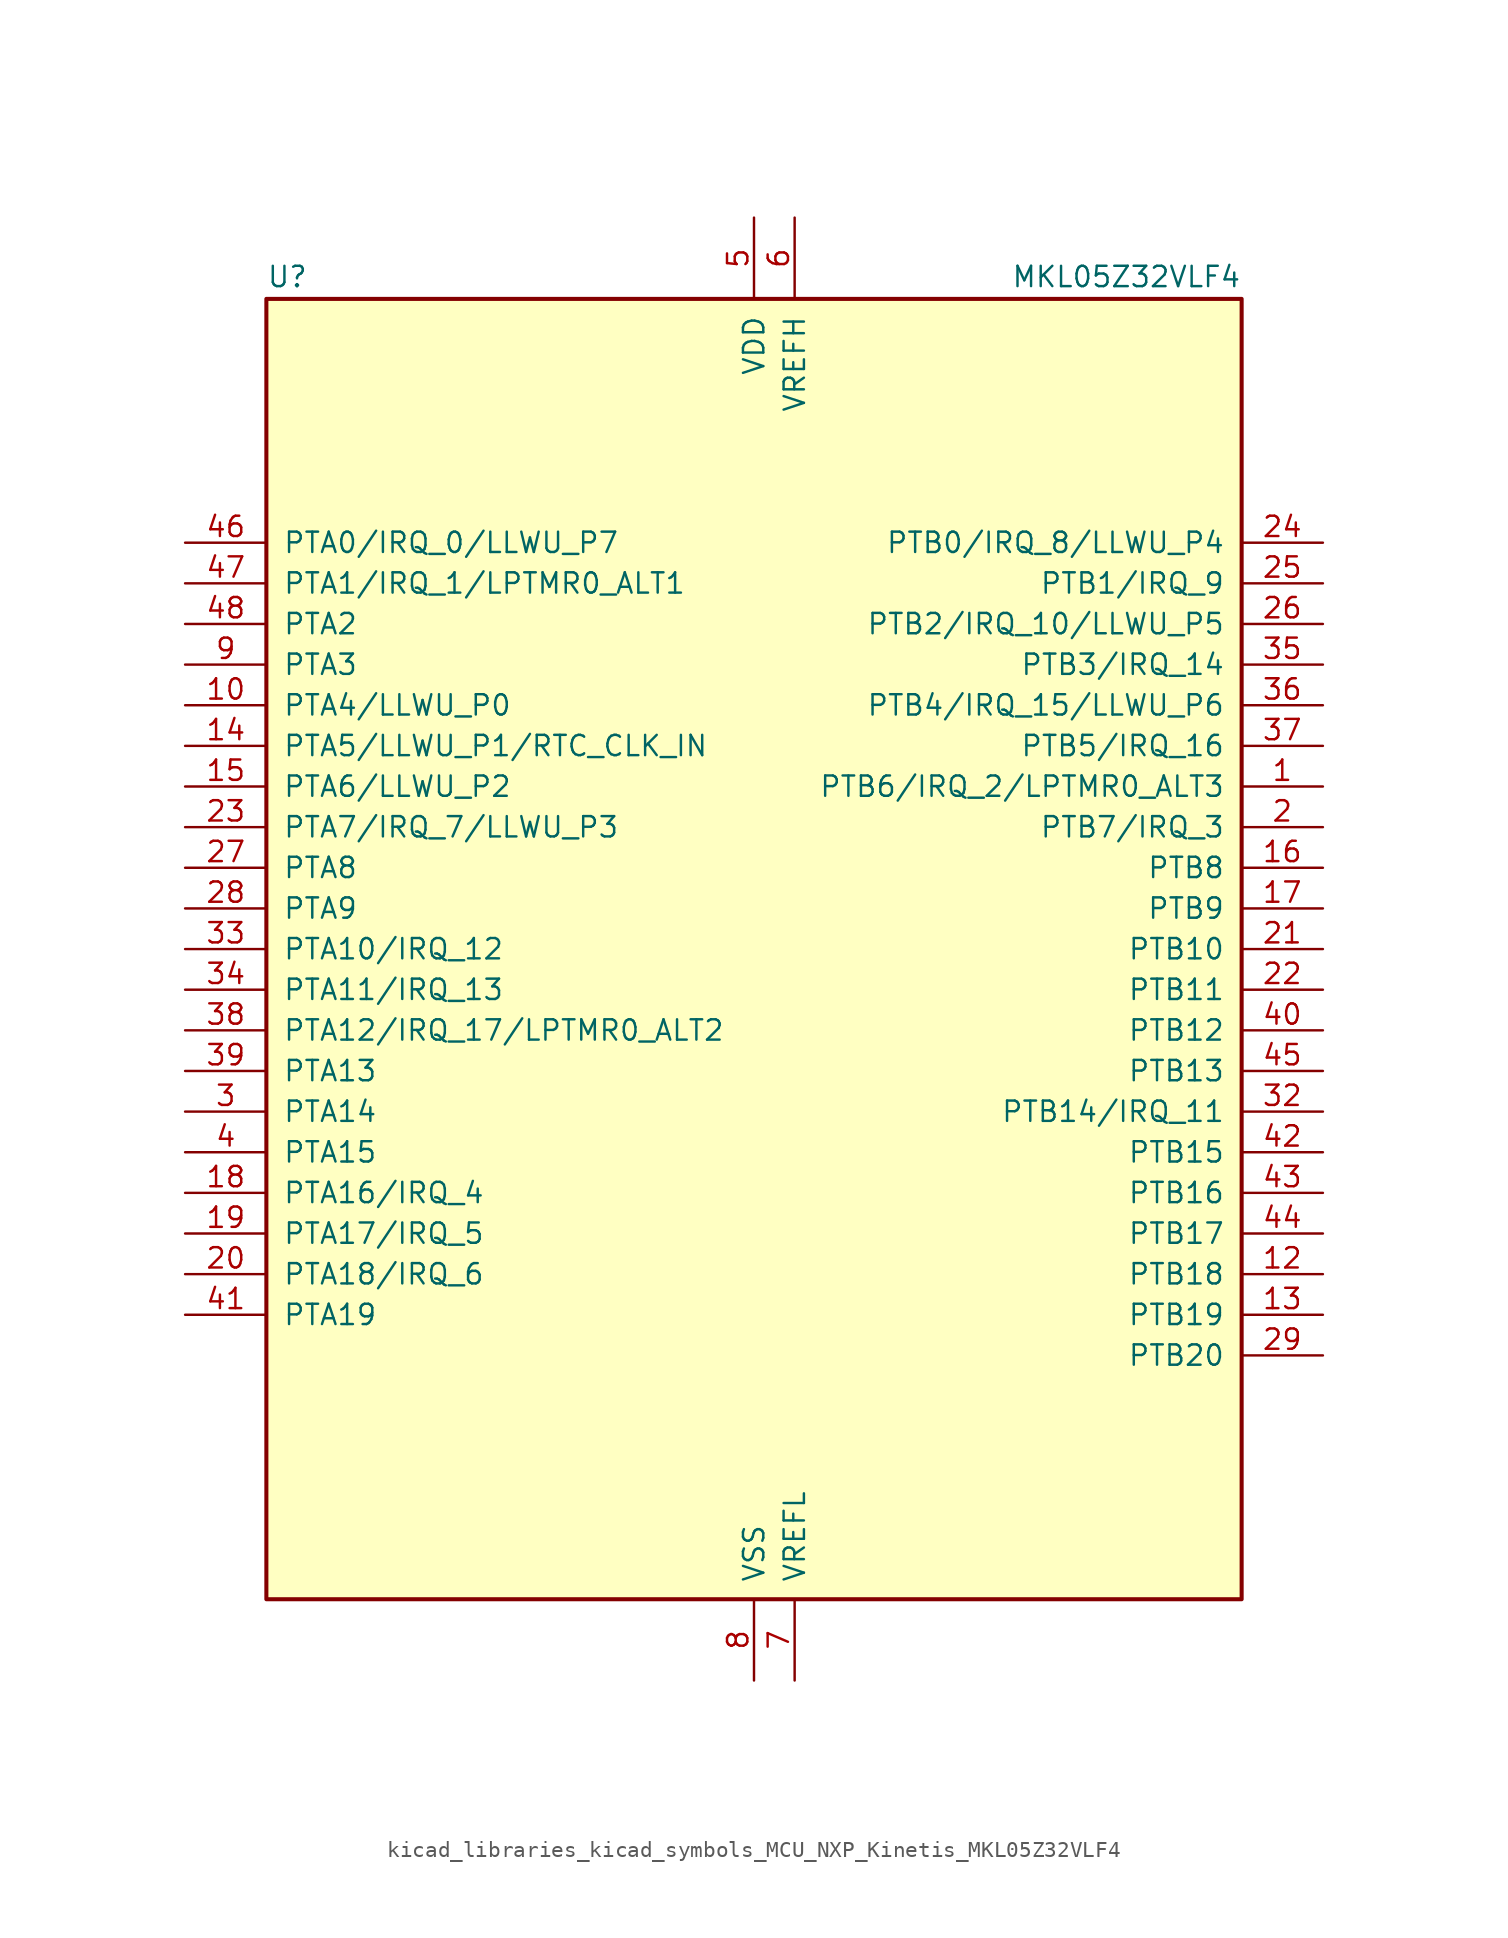
<source format=kicad_sym>
(kicad_symbol_lib
  (version 20220914)
  (generator kicad_symbol_editor)
  (symbol "kicad_libraries_kicad_symbols_MCU_NXP_Kinetis_MKL05Z32VLF4"
    (pin_names
      (offset 1.016))
    (property "Reference" "U"
      (at -30.48 41.275 0)
      (effects (font (size 1.27 1.27)) (justify left bottom)))
    (property "Value" "MKL05Z32VLF4"
      (at 30.48 41.275 0)
      (effects (font (size 1.27 1.27)) (justify right bottom)))
    (symbol "kicad_libraries_kicad_symbols_MCU_NXP_Kinetis_MKL05Z32VLF4_0_1"
      (rectangle (start -30.48 40.64) (end 30.48 -40.64) (stroke (width 0.254) (type default)) (fill (type background))))
    (symbol "kicad_libraries_kicad_symbols_MCU_NXP_Kinetis_MKL05Z32VLF4_1_1"
      (pin bidirectional line (at 35.56 10.16 180) (length 5.08) (name "PTB6/IRQ_2/LPTMR0_ALT3" (effects (font (size 1.27 1.27)))) (number "1" (effects (font (size 1.27 1.27)))))
      (pin bidirectional line (at -35.56 15.24 0) (length 5.08) (name "PTA4/LLWU_P0" (effects (font (size 1.27 1.27)))) (number "10" (effects (font (size 1.27 1.27)))))
      (pin passive line (at 0 -45.72 90) (length 5.08) hide (name "VSS" (effects (font (size 1.27 1.27)))) (number "11" (effects (font (size 1.27 1.27)))))
      (pin bidirectional line (at 35.56 -20.32 180) (length 5.08) (name "PTB18" (effects (font (size 1.27 1.27)))) (number "12" (effects (font (size 1.27 1.27)))))
      (pin bidirectional line (at 35.56 -22.86 180) (length 5.08) (name "PTB19" (effects (font (size 1.27 1.27)))) (number "13" (effects (font (size 1.27 1.27)))))
      (pin bidirectional line (at -35.56 12.7 0) (length 5.08) (name "PTA5/LLWU_P1/RTC_CLK_IN" (effects (font (size 1.27 1.27)))) (number "14" (effects (font (size 1.27 1.27)))))
      (pin bidirectional line (at -35.56 10.16 0) (length 5.08) (name "PTA6/LLWU_P2" (effects (font (size 1.27 1.27)))) (number "15" (effects (font (size 1.27 1.27)))))
      (pin bidirectional line (at 35.56 5.08 180) (length 5.08) (name "PTB8" (effects (font (size 1.27 1.27)))) (number "16" (effects (font (size 1.27 1.27)))))
      (pin bidirectional line (at 35.56 2.54 180) (length 5.08) (name "PTB9" (effects (font (size 1.27 1.27)))) (number "17" (effects (font (size 1.27 1.27)))))
      (pin bidirectional line (at -35.56 -15.24 0) (length 5.08) (name "PTA16/IRQ_4" (effects (font (size 1.27 1.27)))) (number "18" (effects (font (size 1.27 1.27)))))
      (pin bidirectional line (at -35.56 -17.78 0) (length 5.08) (name "PTA17/IRQ_5" (effects (font (size 1.27 1.27)))) (number "19" (effects (font (size 1.27 1.27)))))
      (pin bidirectional line (at 35.56 7.62 180) (length 5.08) (name "PTB7/IRQ_3" (effects (font (size 1.27 1.27)))) (number "2" (effects (font (size 1.27 1.27)))))
      (pin bidirectional line (at -35.56 -20.32 0) (length 5.08) (name "PTA18/IRQ_6" (effects (font (size 1.27 1.27)))) (number "20" (effects (font (size 1.27 1.27)))))
      (pin bidirectional line (at 35.56 0 180) (length 5.08) (name "PTB10" (effects (font (size 1.27 1.27)))) (number "21" (effects (font (size 1.27 1.27)))))
      (pin bidirectional line (at 35.56 -2.54 180) (length 5.08) (name "PTB11" (effects (font (size 1.27 1.27)))) (number "22" (effects (font (size 1.27 1.27)))))
      (pin bidirectional line (at -35.56 7.62 0) (length 5.08) (name "PTA7/IRQ_7/LLWU_P3" (effects (font (size 1.27 1.27)))) (number "23" (effects (font (size 1.27 1.27)))))
      (pin bidirectional line (at 35.56 25.4 180) (length 5.08) (name "PTB0/IRQ_8/LLWU_P4" (effects (font (size 1.27 1.27)))) (number "24" (effects (font (size 1.27 1.27)))))
      (pin bidirectional line (at 35.56 22.86 180) (length 5.08) (name "PTB1/IRQ_9" (effects (font (size 1.27 1.27)))) (number "25" (effects (font (size 1.27 1.27)))))
      (pin bidirectional line (at 35.56 20.32 180) (length 5.08) (name "PTB2/IRQ_10/LLWU_P5" (effects (font (size 1.27 1.27)))) (number "26" (effects (font (size 1.27 1.27)))))
      (pin bidirectional line (at -35.56 5.08 0) (length 5.08) (name "PTA8" (effects (font (size 1.27 1.27)))) (number "27" (effects (font (size 1.27 1.27)))))
      (pin bidirectional line (at -35.56 2.54 0) (length 5.08) (name "PTA9" (effects (font (size 1.27 1.27)))) (number "28" (effects (font (size 1.27 1.27)))))
      (pin bidirectional line (at 35.56 -25.4 180) (length 5.08) (name "PTB20" (effects (font (size 1.27 1.27)))) (number "29" (effects (font (size 1.27 1.27)))))
      (pin bidirectional line (at -35.56 -10.16 0) (length 5.08) (name "PTA14" (effects (font (size 1.27 1.27)))) (number "3" (effects (font (size 1.27 1.27)))))
      (pin passive line (at 0 -45.72 90) (length 5.08) hide (name "VSS" (effects (font (size 1.27 1.27)))) (number "30" (effects (font (size 1.27 1.27)))))
      (pin passive line (at 0 45.72 270) (length 5.08) hide (name "VDD" (effects (font (size 1.27 1.27)))) (number "31" (effects (font (size 1.27 1.27)))))
      (pin bidirectional line (at 35.56 -10.16 180) (length 5.08) (name "PTB14/IRQ_11" (effects (font (size 1.27 1.27)))) (number "32" (effects (font (size 1.27 1.27)))))
      (pin bidirectional line (at -35.56 0 0) (length 5.08) (name "PTA10/IRQ_12" (effects (font (size 1.27 1.27)))) (number "33" (effects (font (size 1.27 1.27)))))
      (pin bidirectional line (at -35.56 -2.54 0) (length 5.08) (name "PTA11/IRQ_13" (effects (font (size 1.27 1.27)))) (number "34" (effects (font (size 1.27 1.27)))))
      (pin bidirectional line (at 35.56 17.78 180) (length 5.08) (name "PTB3/IRQ_14" (effects (font (size 1.27 1.27)))) (number "35" (effects (font (size 1.27 1.27)))))
      (pin bidirectional line (at 35.56 15.24 180) (length 5.08) (name "PTB4/IRQ_15/LLWU_P6" (effects (font (size 1.27 1.27)))) (number "36" (effects (font (size 1.27 1.27)))))
      (pin bidirectional line (at 35.56 12.7 180) (length 5.08) (name "PTB5/IRQ_16" (effects (font (size 1.27 1.27)))) (number "37" (effects (font (size 1.27 1.27)))))
      (pin bidirectional line (at -35.56 -5.08 0) (length 5.08) (name "PTA12/IRQ_17/LPTMR0_ALT2" (effects (font (size 1.27 1.27)))) (number "38" (effects (font (size 1.27 1.27)))))
      (pin bidirectional line (at -35.56 -7.62 0) (length 5.08) (name "PTA13" (effects (font (size 1.27 1.27)))) (number "39" (effects (font (size 1.27 1.27)))))
      (pin bidirectional line (at -35.56 -12.7 0) (length 5.08) (name "PTA15" (effects (font (size 1.27 1.27)))) (number "4" (effects (font (size 1.27 1.27)))))
      (pin bidirectional line (at 35.56 -5.08 180) (length 5.08) (name "PTB12" (effects (font (size 1.27 1.27)))) (number "40" (effects (font (size 1.27 1.27)))))
      (pin bidirectional line (at -35.56 -22.86 0) (length 5.08) (name "PTA19" (effects (font (size 1.27 1.27)))) (number "41" (effects (font (size 1.27 1.27)))))
      (pin bidirectional line (at 35.56 -12.7 180) (length 5.08) (name "PTB15" (effects (font (size 1.27 1.27)))) (number "42" (effects (font (size 1.27 1.27)))))
      (pin bidirectional line (at 35.56 -15.24 180) (length 5.08) (name "PTB16" (effects (font (size 1.27 1.27)))) (number "43" (effects (font (size 1.27 1.27)))))
      (pin bidirectional line (at 35.56 -17.78 180) (length 5.08) (name "PTB17" (effects (font (size 1.27 1.27)))) (number "44" (effects (font (size 1.27 1.27)))))
      (pin bidirectional line (at 35.56 -7.62 180) (length 5.08) (name "PTB13" (effects (font (size 1.27 1.27)))) (number "45" (effects (font (size 1.27 1.27)))))
      (pin bidirectional line (at -35.56 25.4 0) (length 5.08) (name "PTA0/IRQ_0/LLWU_P7" (effects (font (size 1.27 1.27)))) (number "46" (effects (font (size 1.27 1.27)))))
      (pin bidirectional line (at -35.56 22.86 0) (length 5.08) (name "PTA1/IRQ_1/LPTMR0_ALT1" (effects (font (size 1.27 1.27)))) (number "47" (effects (font (size 1.27 1.27)))))
      (pin bidirectional line (at -35.56 20.32 0) (length 5.08) (name "PTA2" (effects (font (size 1.27 1.27)))) (number "48" (effects (font (size 1.27 1.27)))))
      (pin power_in line (at 0 45.72 270) (length 5.08) (name "VDD" (effects (font (size 1.27 1.27)))) (number "5" (effects (font (size 1.27 1.27)))))
      (pin power_in line (at 2.54 45.72 270) (length 5.08) (name "VREFH" (effects (font (size 1.27 1.27)))) (number "6" (effects (font (size 1.27 1.27)))))
      (pin power_in line (at 2.54 -45.72 90) (length 5.08) (name "VREFL" (effects (font (size 1.27 1.27)))) (number "7" (effects (font (size 1.27 1.27)))))
      (pin power_in line (at 0 -45.72 90) (length 5.08) (name "VSS" (effects (font (size 1.27 1.27)))) (number "8" (effects (font (size 1.27 1.27)))))
      (pin bidirectional line (at -35.56 17.78 0) (length 5.08) (name "PTA3" (effects (font (size 1.27 1.27)))) (number "9" (effects (font (size 1.27 1.27))))))))
</source>
